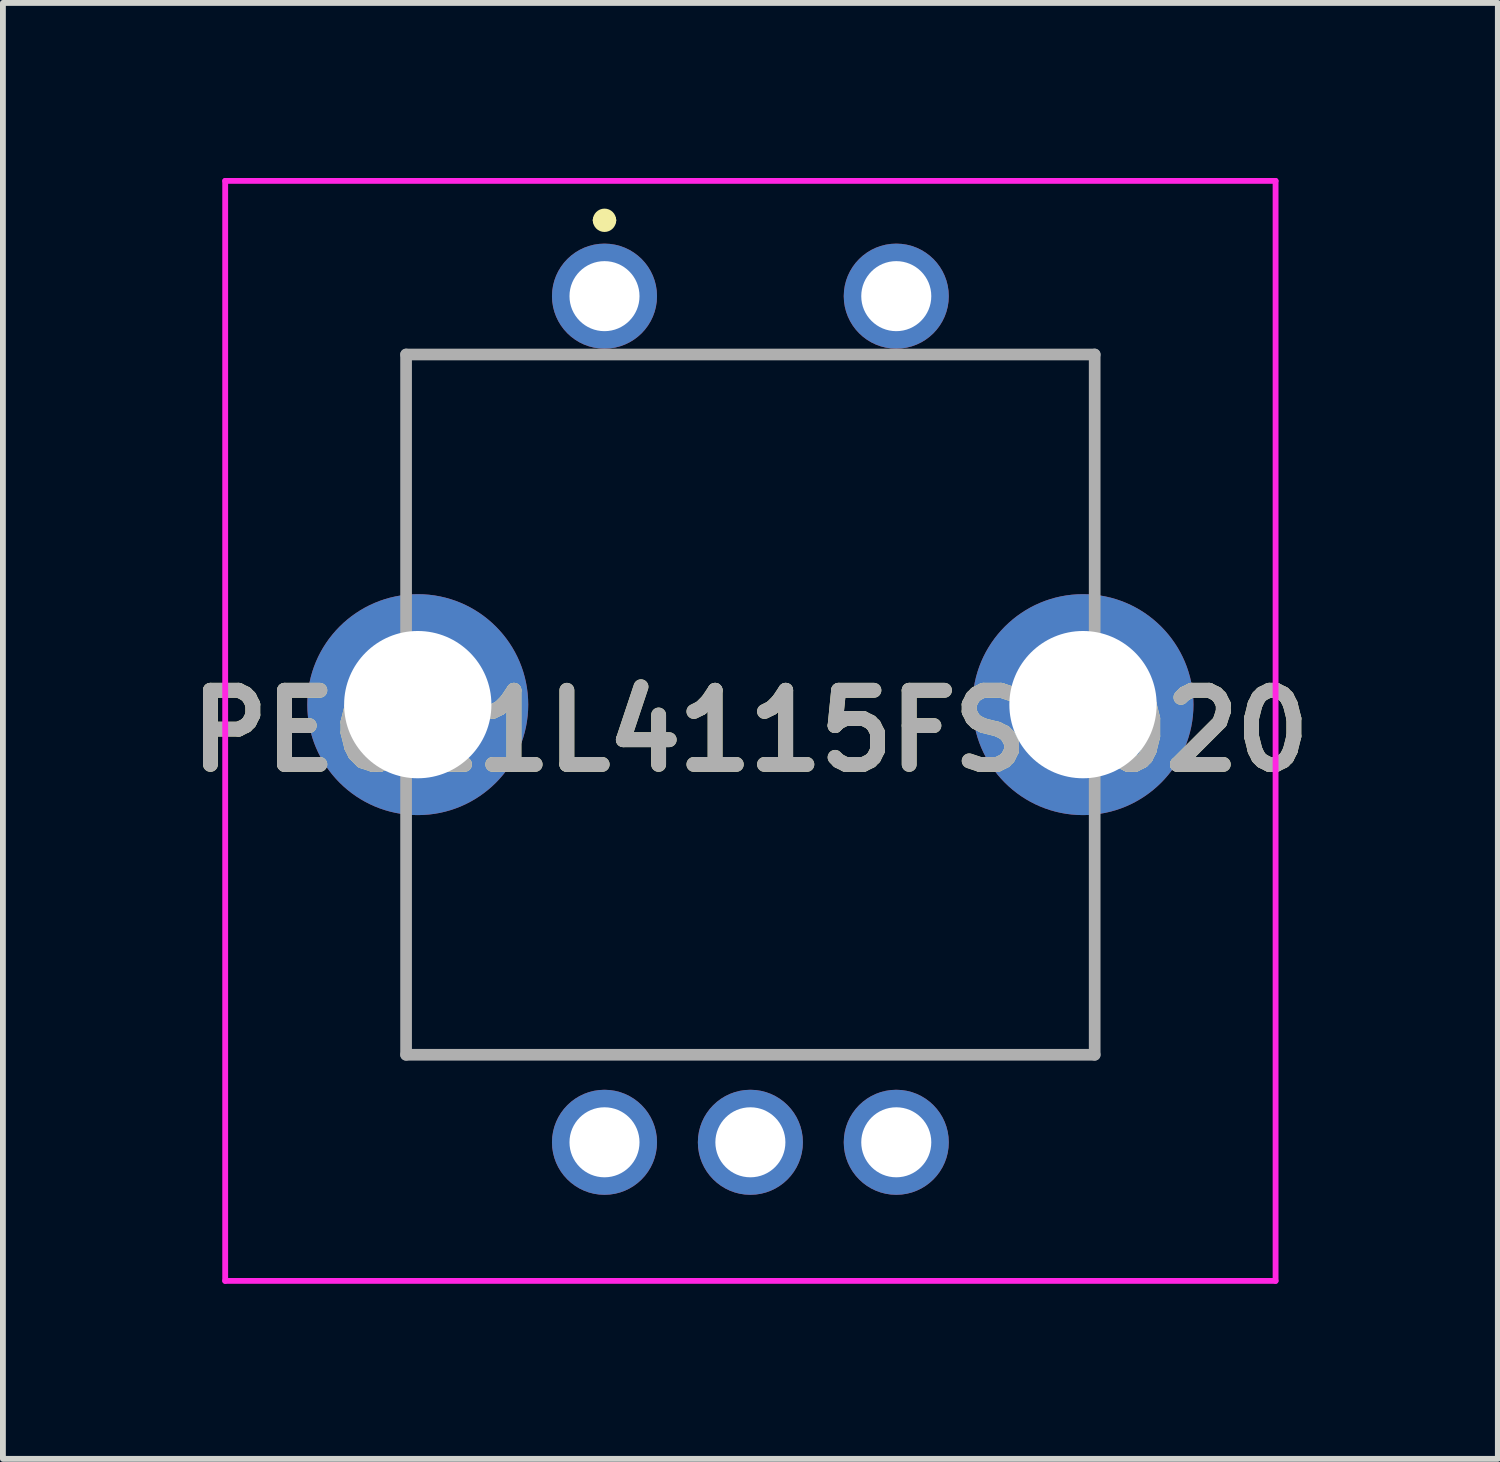
<source format=kicad_pcb>
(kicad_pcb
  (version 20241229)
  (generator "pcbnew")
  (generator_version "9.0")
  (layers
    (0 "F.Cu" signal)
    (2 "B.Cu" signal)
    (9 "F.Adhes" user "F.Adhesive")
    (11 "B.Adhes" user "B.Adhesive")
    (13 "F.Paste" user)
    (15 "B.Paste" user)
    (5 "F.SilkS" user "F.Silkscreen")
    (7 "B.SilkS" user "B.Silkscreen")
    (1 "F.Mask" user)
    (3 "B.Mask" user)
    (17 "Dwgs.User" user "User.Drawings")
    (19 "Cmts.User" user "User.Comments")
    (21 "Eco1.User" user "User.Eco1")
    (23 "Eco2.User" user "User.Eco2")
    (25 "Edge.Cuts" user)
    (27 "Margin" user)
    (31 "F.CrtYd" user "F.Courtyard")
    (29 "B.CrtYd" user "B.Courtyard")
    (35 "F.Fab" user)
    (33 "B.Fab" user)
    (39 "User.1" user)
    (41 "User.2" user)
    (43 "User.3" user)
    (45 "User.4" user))
  (footprint "PEC11L4115FS0020"
    (layer "F.Cu")
    (at 7.309 2.025)
    (property "Reference" "PEC11L4115FS0020" (at 2.5 7.45 0) (layer "F.SilkS") (effects (font (size 1.27 1.27) (thickness 0.254))))
    (attr through_hole)
    (fp_line (start -3.4 1) (end -0.9 1) (stroke (width 0.1) (type solid)) (layer "F.SilkS"))
    (fp_line (start -3.4 4.8) (end -3.4 1) (stroke (width 0.1) (type solid)) (layer "F.SilkS"))
    (fp_line (start -3.4 9.2) (end -3.4 13) (stroke (width 0.1) (type solid)) (layer "F.SilkS"))
    (fp_line (start -3.4 13) (end 8.4 13) (stroke (width 0.1) (type solid)) (layer "F.SilkS"))
    (fp_line (start -0.1 -1.3) (end -0.1 -1.3) (stroke (width 0.2) (type solid)) (layer "F.SilkS"))
    (fp_line (start 0.1 -1.3) (end 0.1 -1.3) (stroke (width 0.2) (type solid)) (layer "F.SilkS"))
    (fp_line (start 5.9 1) (end 8.4 1) (stroke (width 0.1) (type solid)) (layer "F.SilkS"))
    (fp_line (start 8.4 1) (end 8.4 4.8) (stroke (width 0.1) (type solid)) (layer "F.SilkS"))
    (fp_line (start 8.4 13) (end 8.4 9.2) (stroke (width 0.1) (type solid)) (layer "F.SilkS"))
    (fp_arc (start -0.1 -1.3) (mid 0 -1.4) (end 0.1 -1.3) (stroke (width 0.2) (type solid)) (layer "F.SilkS"))
    (fp_arc (start 0.1 -1.3) (mid 0 -1.2) (end -0.1 -1.3) (stroke (width 0.2) (type solid)) (layer "F.SilkS"))
    (fp_line (start -6.5 -1.975) (end 11.5 -1.975) (stroke (width 0.1) (type solid)) (layer "F.CrtYd"))
    (fp_line (start -6.5 16.875) (end -6.5 -1.975) (stroke (width 0.1) (type solid)) (layer "F.CrtYd"))
    (fp_line (start 11.5 -1.975) (end 11.5 16.875) (stroke (width 0.1) (type solid)) (layer "F.CrtYd"))
    (fp_line (start 11.5 16.875) (end -6.5 16.875) (stroke (width 0.1) (type solid)) (layer "F.CrtYd"))
    (fp_line (start -3.4 1) (end 8.4 1) (stroke (width 0.2) (type solid)) (layer "F.Fab"))
    (fp_line (start -3.4 13) (end -3.4 1) (stroke (width 0.2) (type solid)) (layer "F.Fab"))
    (fp_line (start 8.4 1) (end 8.4 13) (stroke (width 0.2) (type solid)) (layer "F.Fab"))
    (fp_line (start 8.4 13) (end -3.4 13) (stroke (width 0.2) (type solid)) (layer "F.Fab"))
    (fp_text user "${REFERENCE}" (at 2.5 7.45 0) (layer "F.Fab") (effects (font (size 1.27 1.27) (thickness 0.254))))
    (pad "A" thru_hole circle (at 0 14.5) (size 1.8 1.8) (drill 1.2) (layers "*.Cu" "*.Mask"))
    (pad "B" thru_hole circle (at 5 14.5) (size 1.8 1.8) (drill 1.2) (layers "*.Cu" "*.Mask"))
    (pad "C" thru_hole circle (at 2.5 14.5) (size 1.8 1.8) (drill 1.2) (layers "*.Cu" "*.Mask"))
    (pad "MH1" thru_hole circle (at -3.2 7) (size 3.786 3.786) (drill 2.524) (layers "*.Cu" "*.Mask"))
    (pad "MH2" thru_hole circle (at 8.2 7) (size 3.786 3.786) (drill 2.524) (layers "*.Cu" "*.Mask"))
    (pad "S1" thru_hole circle (at 0 0) (size 1.8 1.8) (drill 1.2) (layers "*.Cu" "*.Mask"))
    (pad "S2" thru_hole circle (at 5 0) (size 1.8 1.8) (drill 1.2) (layers "*.Cu" "*.Mask")))
  (gr_rect
    (start -3 -3)
    (end 22.618 21.95)
    (stroke (width 0.1) (type default))
    (fill no)
    (layer "Edge.Cuts")))
</source>
